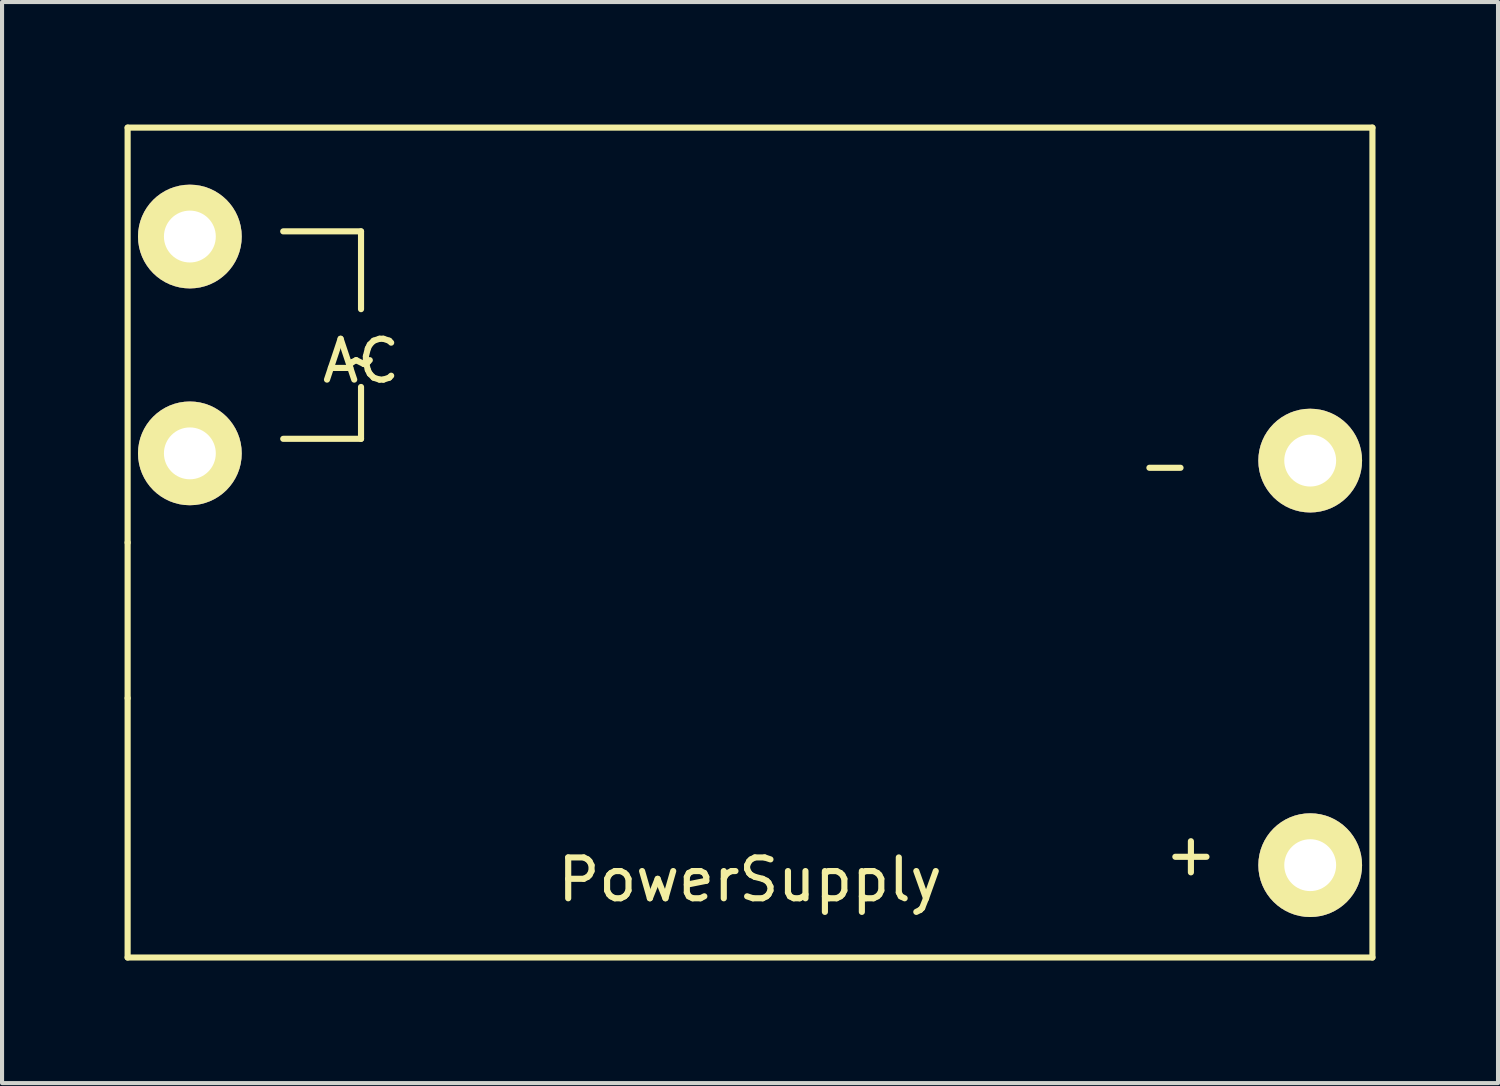
<source format=kicad_pcb>
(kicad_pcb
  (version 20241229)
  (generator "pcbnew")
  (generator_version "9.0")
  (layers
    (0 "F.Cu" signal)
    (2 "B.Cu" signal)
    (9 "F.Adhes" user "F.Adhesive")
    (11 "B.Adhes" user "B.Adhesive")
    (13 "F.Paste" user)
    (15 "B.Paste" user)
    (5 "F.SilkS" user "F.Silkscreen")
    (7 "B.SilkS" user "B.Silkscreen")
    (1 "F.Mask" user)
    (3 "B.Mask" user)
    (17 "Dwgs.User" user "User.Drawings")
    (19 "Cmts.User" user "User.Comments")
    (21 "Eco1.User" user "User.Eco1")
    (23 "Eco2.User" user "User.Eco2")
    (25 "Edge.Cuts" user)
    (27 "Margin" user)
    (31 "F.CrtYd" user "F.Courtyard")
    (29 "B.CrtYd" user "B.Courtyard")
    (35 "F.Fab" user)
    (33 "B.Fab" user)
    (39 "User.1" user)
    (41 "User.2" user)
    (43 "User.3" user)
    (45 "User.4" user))
  (footprint "PowerSupply"
    (layer "F.Cu")
    (at 15.315 10.235)
    (property "Reference" "PowerSupply" (at 0 8.255 0) (layer "F.SilkS") (effects (font (size 1 1) (thickness 0.15))))
    (attr through_hole)
    (fp_line (start -15.24 -10.16) (end -15.24 0) (stroke (width 0.15) (type solid)) (layer "F.SilkS"))
    (fp_line (start -15.24 0) (end -15.24 3.81) (stroke (width 0.15) (type solid)) (layer "F.SilkS"))
    (fp_line (start -15.24 3.81) (end -15.24 10.16) (stroke (width 0.15) (type solid)) (layer "F.SilkS"))
    (fp_line (start -15.24 10.16) (end 15.24 10.16) (stroke (width 0.15) (type solid)) (layer "F.SilkS"))
    (fp_line (start -11.43 -7.62) (end -9.525 -7.62) (stroke (width 0.15) (type solid)) (layer "F.SilkS"))
    (fp_line (start -11.43 -2.54) (end -9.525 -2.54) (stroke (width 0.15) (type solid)) (layer "F.SilkS"))
    (fp_line (start -9.525 -7.62) (end -9.525 -5.715) (stroke (width 0.15) (type solid)) (layer "F.SilkS"))
    (fp_line (start -9.525 -2.54) (end -9.525 -3.81) (stroke (width 0.15) (type solid)) (layer "F.SilkS"))
    (fp_line (start 15.24 -10.16) (end -15.24 -10.16) (stroke (width 0.15) (type solid)) (layer "F.SilkS"))
    (fp_line (start 15.24 10.16) (end 15.24 -10.16) (stroke (width 0.15) (type solid)) (layer "F.SilkS"))
    (fp_text user "AC" (at -9.525 -4.445 0) (layer "F.SilkS") (effects (font (size 1 1) (thickness 0.15))))
    (fp_text user "~" (at -9.525 -4.445 0) (layer "F.SilkS") (effects (font (size 1 1) (thickness 0.15))))
    (fp_text user "-" (at 10.16 -1.905 0) (layer "F.SilkS") (effects (font (size 1 1) (thickness 0.15))))
    (fp_text user "+" (at 10.795 7.62 0) (layer "F.SilkS") (effects (font (size 1 1) (thickness 0.15))))
    (pad "1" thru_hole circle (at -13.716 -7.493) (size 2.54 2.54) (drill 1.27) (layers "*.Cu" "*.Mask" "F.SilkS"))
    (pad "2" thru_hole circle (at -13.716 -2.184) (size 2.54 2.54) (drill 1.27) (layers "*.Cu" "*.Mask" "F.SilkS"))
    (pad "3" thru_hole circle (at 13.716 7.899) (size 2.54 2.54) (drill 1.27) (layers "*.Cu" "*.Mask" "F.SilkS"))
    (pad "4" thru_hole circle (at 13.716 -2.007) (size 2.54 2.54) (drill 1.27) (layers "*.Cu" "*.Mask" "F.SilkS")))
  (gr_rect
    (start -3 -3)
    (end 33.63 23.47)
    (stroke (width 0.1) (type default))
    (fill no)
    (layer "Edge.Cuts")))
</source>
